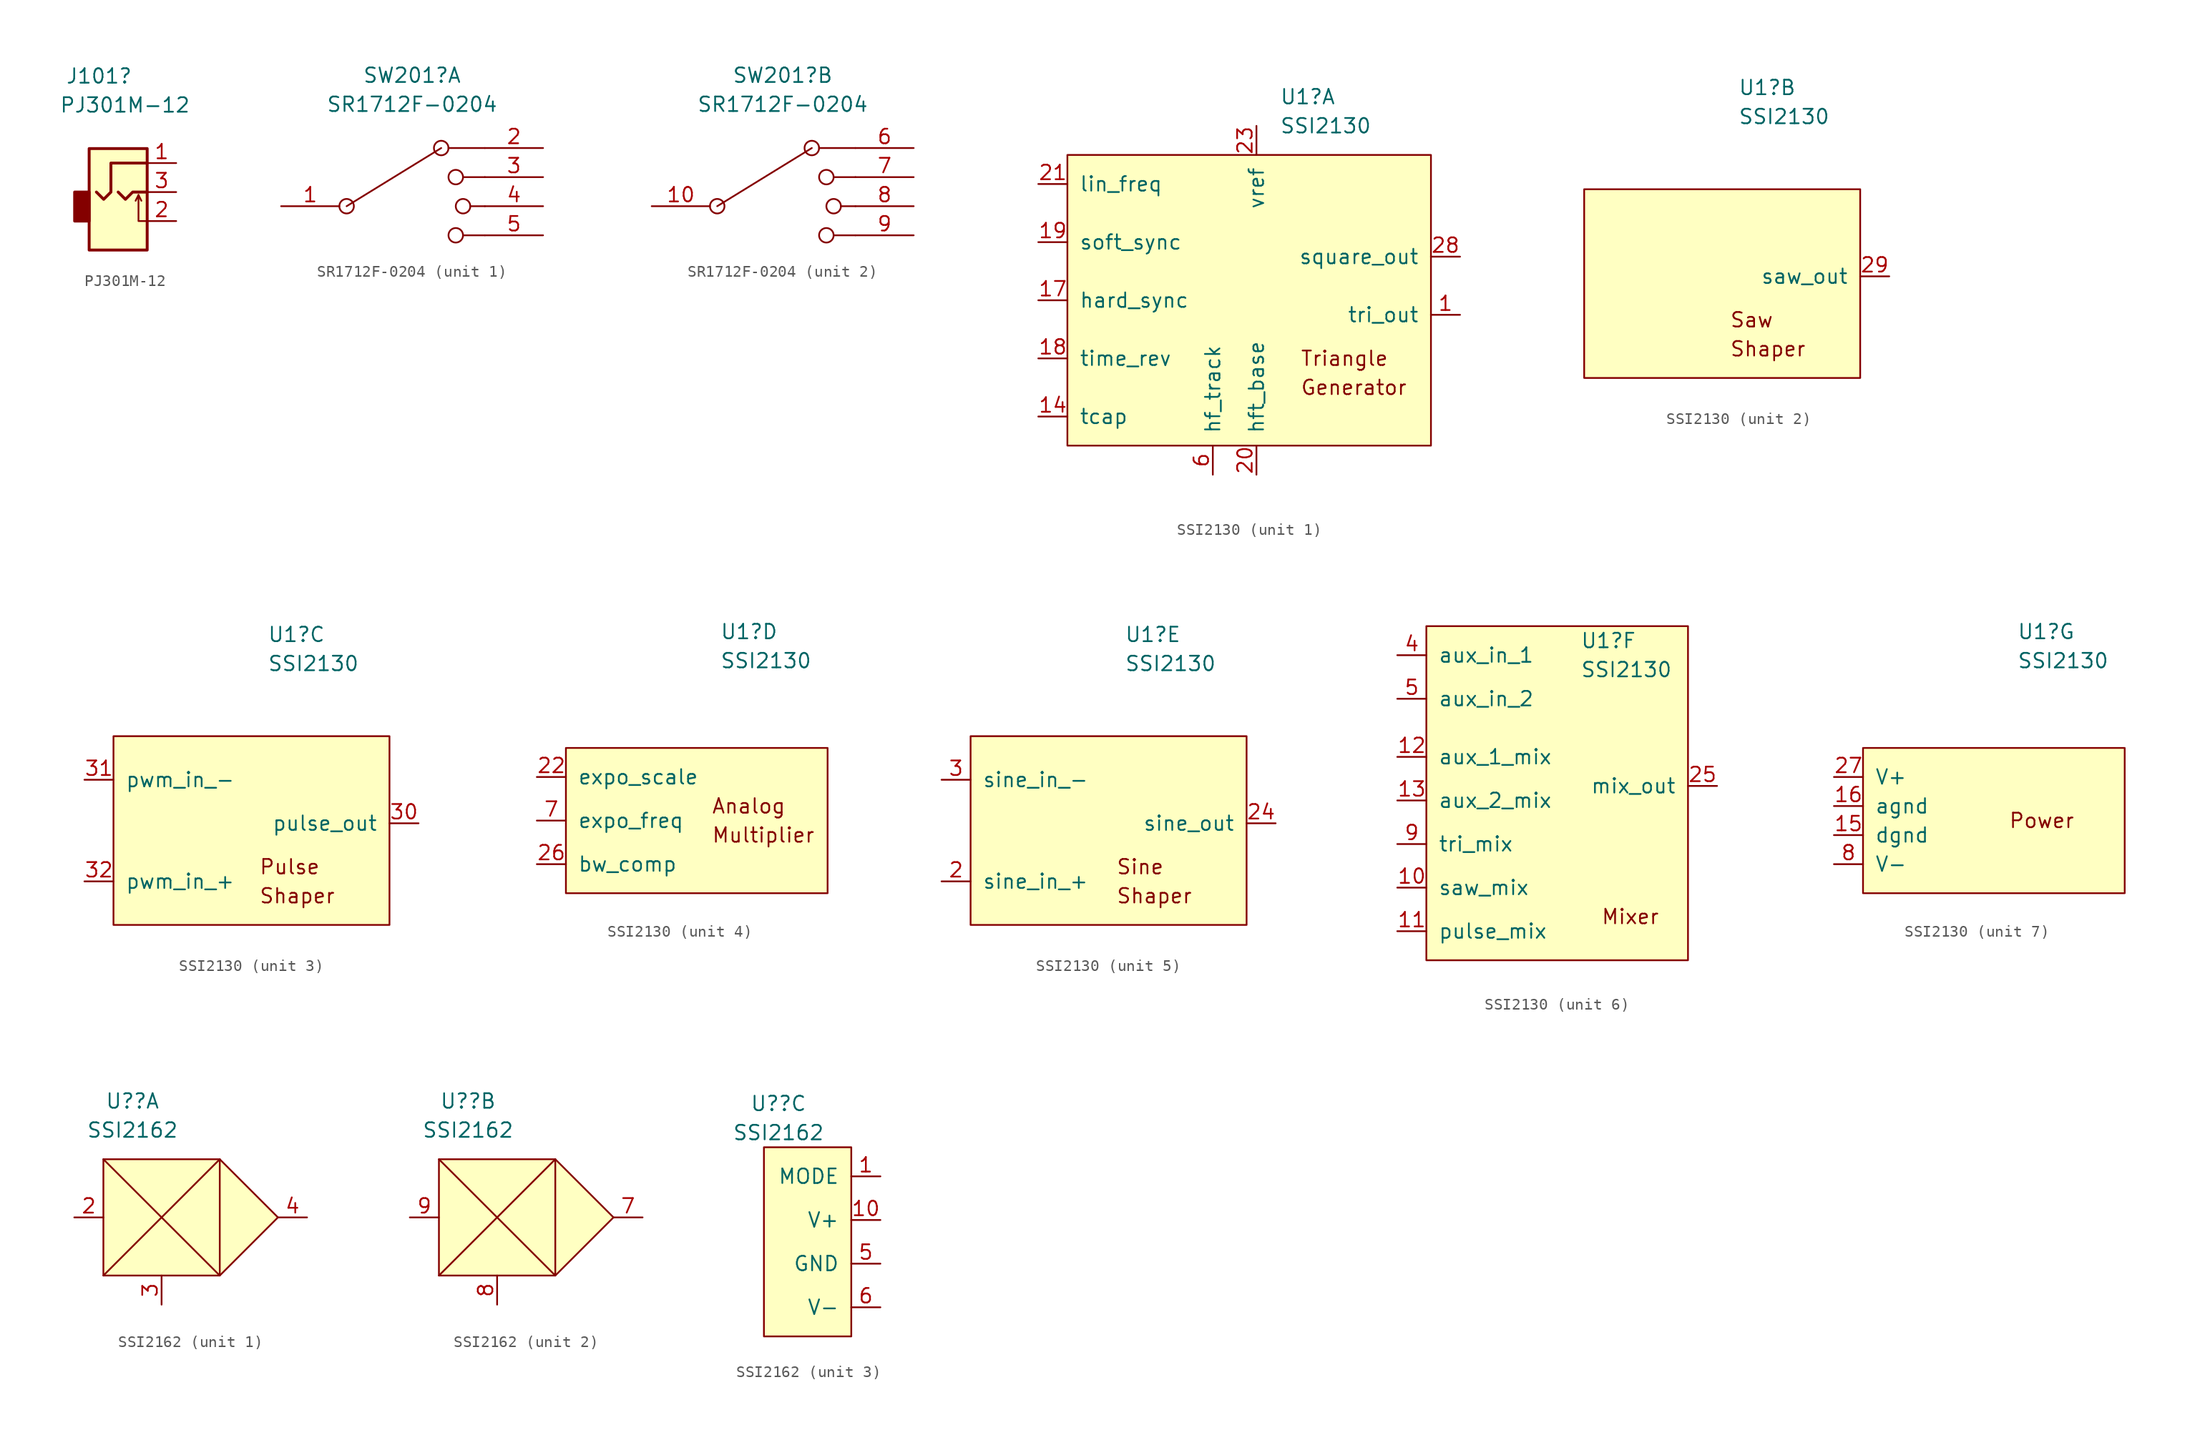
<source format=kicad_sym>
(kicad_symbol_lib
  (version 20211014)
  (generator kicad_symbol_editor)
  (symbol "PJ301M-12"
    (property "Reference" "J101"
      (at 1.27 10.16 0)
      (effects (font (size 1.27 1.27)) (justify right)))
    (property "Value" "PJ301M-12"
      (at 6.35 7.62 0)
      (effects (font (size 1.27 1.27)) (justify right)))
    (symbol "PJ301M-12_0_1"
      (rectangle (start -2.54 0) (end -3.81 -2.54) (stroke (width 0.254) (type default) (color 0 0 0 0)) (fill (type outline)))
      (polyline (pts (xy 1.778 -0.254) (xy 2.032 -0.762)) (stroke (width 0) (type default) (color 0 0 0 0)) (fill (type none)))
      (polyline (pts (xy 0 0) (xy 0.635 -0.635) (xy 1.27 0) (xy 2.54 0)) (stroke (width 0.254) (type default) (color 0 0 0 0)) (fill (type none)))
      (polyline (pts (xy 2.54 -2.54) (xy 1.778 -2.54) (xy 1.778 -0.254) (xy 1.524 -0.762)) (stroke (width 0) (type default) (color 0 0 0 0)) (fill (type none)))
      (polyline (pts (xy 2.54 2.54) (xy -0.635 2.54) (xy -0.635 0) (xy -1.27 -0.635) (xy -1.905 0)) (stroke (width 0.254) (type default) (color 0 0 0 0)) (fill (type none)))
      (rectangle (start 2.54 3.81) (end -2.54 -5.08) (stroke (width 0.254) (type default) (color 0 0 0 0)) (fill (type background))))
    (symbol "PJ301M-12_1_1"
      (pin passive line (at 5.08 2.54 180) (length 2.54) (name "~" (effects (font (size 1.27 1.27)))) (number "1" (effects (font (size 1.27 1.27)))))
      (pin passive line (at 5.08 -2.54 180) (length 2.54) (name "~" (effects (font (size 1.27 1.27)))) (number "2" (effects (font (size 1.27 1.27)))))
      (pin passive line (at 5.08 0 180) (length 2.54) (name "~" (effects (font (size 1.27 1.27)))) (number "3" (effects (font (size 1.27 1.27)))))))
  (symbol "SR1712F-0204"
    (pin_names
      (offset 1.016) hide)
    (property "Reference" "SW201"
      (at 1.27 11.43 0)
      (effects (font (size 1.27 1.27))))
    (property "Value" "SR1712F-0204"
      (at 1.27 8.89 0)
      (effects (font (size 1.27 1.27))))
    (property "ki_locked" ""
      (at 0 0 0)
      (effects (font (size 1.27 1.27))))
    (symbol "SR1712F-0204_0_0"
      (circle (center -4.445 0) (radius 0.635) (stroke (width 0) (type default) (color 0 0 0 0)) (fill (type none)))
      (polyline (pts (xy -4.445 0) (xy 3.81 5.08)) (stroke (width 0) (type default) (color 0 0 0 0)) (fill (type none)))
      (polyline (pts (xy 4.445 5.08) (xy 7.62 5.08)) (stroke (width 0) (type default) (color 0 0 0 0)) (fill (type none)))
      (polyline (pts (xy 5.715 -2.54) (xy 7.62 -2.54)) (stroke (width 0) (type default) (color 0 0 0 0)) (fill (type none)))
      (polyline (pts (xy 5.715 2.54) (xy 7.62 2.54)) (stroke (width 0) (type default) (color 0 0 0 0)) (fill (type none)))
      (polyline (pts (xy 6.35 0) (xy 7.62 0)) (stroke (width 0) (type default) (color 0 0 0 0)) (fill (type none)))
      (circle (center 3.81 5.08) (radius 0.635) (stroke (width 0) (type default) (color 0 0 0 0)) (fill (type none)))
      (circle (center 5.08 -2.54) (radius 0.635) (stroke (width 0) (type default) (color 0 0 0 0)) (fill (type none)))
      (circle (center 5.08 2.54) (radius 0.635) (stroke (width 0) (type default) (color 0 0 0 0)) (fill (type none)))
      (circle (center 5.715 0) (radius 0.635) (stroke (width 0) (type default) (color 0 0 0 0)) (fill (type none))))
    (symbol "SR1712F-0204_1_1"
      (pin passive line (at -10.16 0 0) (length 5.08) (name "1" (effects (font (size 1.27 1.27)))) (number "1" (effects (font (size 1.27 1.27)))))
      (pin passive line (at 12.7 5.08 180) (length 5.08) (name "2" (effects (font (size 1.27 1.27)))) (number "2" (effects (font (size 1.27 1.27)))))
      (pin passive line (at 12.7 2.54 180) (length 5.08) (name "3" (effects (font (size 1.27 1.27)))) (number "3" (effects (font (size 1.27 1.27)))))
      (pin passive line (at 12.7 0 180) (length 5.08) (name "4" (effects (font (size 1.27 1.27)))) (number "4" (effects (font (size 1.27 1.27)))))
      (pin passive line (at 12.7 -2.54 180) (length 5.08) (name "5" (effects (font (size 1.27 1.27)))) (number "5" (effects (font (size 1.27 1.27))))))
    (symbol "SR1712F-0204_2_1"
      (pin passive line (at -10.16 0 0) (length 5.08) (name "10" (effects (font (size 1.27 1.27)))) (number "10" (effects (font (size 1.27 1.27)))))
      (pin passive line (at 12.7 5.08 180) (length 5.08) (name "6" (effects (font (size 1.27 1.27)))) (number "6" (effects (font (size 1.27 1.27)))))
      (pin passive line (at 12.7 2.54 180) (length 5.08) (name "7" (effects (font (size 1.27 1.27)))) (number "7" (effects (font (size 1.27 1.27)))))
      (pin passive line (at 12.7 0 180) (length 5.08) (name "8" (effects (font (size 1.27 1.27)))) (number "8" (effects (font (size 1.27 1.27)))))
      (pin passive line (at 12.7 -2.54 180) (length 5.08) (name "9" (effects (font (size 1.27 1.27)))) (number "9" (effects (font (size 1.27 1.27)))))))
  (symbol "SSI2130"
    (pin_names
      (offset 1.016))
    (property "Reference" "U1"
      (at 2.019 16.51 0)
      (effects (font (size 1.27 1.27)) (justify left)))
    (property "Value" "SSI2130"
      (at 2.019 13.97 0)
      (effects (font (size 1.27 1.27)) (justify left)))
    (property "ki_locked" ""
      (at 0 0 0)
      (effects (font (size 1.27 1.27))))
    (symbol "SSI2130_1_0"
      (polyline (pts (xy -16.51 11.43) (xy -16.51 -13.97) (xy 15.24 -13.97) (xy 15.24 11.43) (xy 6.35 11.43) (xy -16.51 11.43)) (stroke (width 0) (type default) (color 0 0 0 0)) (fill (type background)))
      (text "Generator" (at 3.81 -8.89 0) (effects (font (size 1.27 1.27)) (justify left)))
      (text "Triangle" (at 3.81 -6.35 0) (effects (font (size 1.27 1.27)) (justify left))))
    (symbol "SSI2130_1_1"
      (pin output line (at 17.78 -2.54 180) (length 2.54) (name "tri_out" (effects (font (size 1.27 1.27)))) (number "1" (effects (font (size 1.27 1.27)))))
      (pin input line (at -19.05 -11.43 0) (length 2.54) (name "tcap" (effects (font (size 1.27 1.27)))) (number "14" (effects (font (size 1.27 1.27)))))
      (pin input line (at -19.05 -1.27 0) (length 2.54) (name "hard_sync" (effects (font (size 1.27 1.27)))) (number "17" (effects (font (size 1.27 1.27)))))
      (pin input line (at -19.05 -6.35 0) (length 2.54) (name "time_rev" (effects (font (size 1.27 1.27)))) (number "18" (effects (font (size 1.27 1.27)))))
      (pin input line (at -19.05 3.81 0) (length 2.54) (name "soft_sync" (effects (font (size 1.27 1.27)))) (number "19" (effects (font (size 1.27 1.27)))))
      (pin input line (at 0 -16.51 90) (length 2.54) (name "hft_base" (effects (font (size 1.27 1.27)))) (number "20" (effects (font (size 1.27 1.27)))))
      (pin input line (at -19.05 8.89 0) (length 2.54) (name "lin_freq" (effects (font (size 1.27 1.27)))) (number "21" (effects (font (size 1.27 1.27)))))
      (pin input line (at 0 13.97 270) (length 2.54) (name "vref" (effects (font (size 1.27 1.27)))) (number "23" (effects (font (size 1.27 1.27)))))
      (pin output line (at 17.78 2.54 180) (length 2.54) (name "square_out" (effects (font (size 1.27 1.27)))) (number "28" (effects (font (size 1.27 1.27)))))
      (pin input line (at -3.81 -16.51 90) (length 2.54) (name "hf_track" (effects (font (size 1.27 1.27)))) (number "6" (effects (font (size 1.27 1.27))))))
    (symbol "SSI2130_2_1"
      (polyline (pts (xy -11.43 0) (xy -11.43 7.62) (xy 12.7 7.62) (xy 12.7 -8.89) (xy -11.43 -8.89) (xy -11.43 0)) (stroke (width 0) (type default) (color 0 0 0 0)) (fill (type background)))
      (text "Saw" (at 1.27 -3.81 0) (effects (font (size 1.27 1.27)) (justify left)))
      (text "Shaper" (at 1.27 -6.35 0) (effects (font (size 1.27 1.27)) (justify left)))
      (pin output line (at 15.24 0 180) (length 2.54) (name "saw_out" (effects (font (size 1.27 1.27)))) (number "29" (effects (font (size 1.27 1.27))))))
    (symbol "SSI2130_3_1"
      (polyline (pts (xy 12.7 7.62) (xy -11.43 7.62) (xy -11.43 -8.89) (xy 12.7 -8.89) (xy 12.7 7.62)) (stroke (width 0) (type default) (color 0 0 0 0)) (fill (type background)))
      (text "Pulse" (at 1.27 -3.81 0) (effects (font (size 1.27 1.27)) (justify left)))
      (text "Shaper" (at 1.27 -6.35 0) (effects (font (size 1.27 1.27)) (justify left)))
      (pin output line (at 15.24 0 180) (length 2.54) (name "pulse_out" (effects (font (size 1.27 1.27)))) (number "30" (effects (font (size 1.27 1.27)))))
      (pin input line (at -13.97 3.81 0) (length 2.54) (name "pwm_in_-" (effects (font (size 1.27 1.27)))) (number "31" (effects (font (size 1.27 1.27)))))
      (pin input line (at -13.97 -5.08 0) (length 2.54) (name "pwm_in_+" (effects (font (size 1.27 1.27)))) (number "32" (effects (font (size 1.27 1.27))))))
    (symbol "SSI2130_4_1"
      (polyline (pts (xy -11.43 6.35) (xy -11.43 -6.35) (xy 11.43 -6.35) (xy 11.43 6.35) (xy -11.43 6.35)) (stroke (width 0) (type default) (color 0 0 0 0)) (fill (type background)))
      (text "Analog" (at 1.27 1.27 0) (effects (font (size 1.27 1.27)) (justify left)))
      (text "Multiplier" (at 1.27 -1.27 0) (effects (font (size 1.27 1.27)) (justify left)))
      (pin input line (at -13.97 3.81 0) (length 2.54) (name "expo_scale" (effects (font (size 1.27 1.27)))) (number "22" (effects (font (size 1.27 1.27)))))
      (pin input line (at -13.97 -3.81 0) (length 2.54) (name "bw_comp" (effects (font (size 1.27 1.27)))) (number "26" (effects (font (size 1.27 1.27)))))
      (pin input line (at -13.97 0 0) (length 2.54) (name "expo_freq" (effects (font (size 1.27 1.27)))) (number "7" (effects (font (size 1.27 1.27))))))
    (symbol "SSI2130_5_1"
      (polyline (pts (xy -11.43 7.62) (xy -11.43 -8.89) (xy 12.7 -8.89) (xy 12.7 7.62) (xy -11.43 7.62)) (stroke (width 0) (type default) (color 0 0 0 0)) (fill (type background)))
      (text "Shaper" (at 1.27 -6.35 0) (effects (font (size 1.27 1.27)) (justify left)))
      (text "Sine" (at 1.27 -3.81 0) (effects (font (size 1.27 1.27)) (justify left)))
      (pin input line (at -13.97 -5.08 0) (length 2.54) (name "sine_in_+" (effects (font (size 1.27 1.27)))) (number "2" (effects (font (size 1.27 1.27)))))
      (pin output line (at 15.24 0 180) (length 2.54) (name "sine_out" (effects (font (size 1.27 1.27)))) (number "24" (effects (font (size 1.27 1.27)))))
      (pin input line (at -13.97 3.81 0) (length 2.54) (name "sine_in_-" (effects (font (size 1.27 1.27)))) (number "3" (effects (font (size 1.27 1.27))))))
    (symbol "SSI2130_6_1"
      (polyline (pts (xy 11.43 -11.43) (xy -11.43 -11.43) (xy -11.43 10.16) (xy -11.43 17.78) (xy 11.43 17.78) (xy 11.43 -11.43)) (stroke (width 0) (type default) (color 0 0 0 0)) (fill (type background)))
      (text "Mixer" (at 3.81 -7.62 0) (effects (font (size 1.27 1.27)) (justify left)))
      (pin input line (at -13.97 -5.08 0) (length 2.54) (name "saw_mix" (effects (font (size 1.27 1.27)))) (number "10" (effects (font (size 1.27 1.27)))))
      (pin input line (at -13.97 -8.89 0) (length 2.54) (name "pulse_mix" (effects (font (size 1.27 1.27)))) (number "11" (effects (font (size 1.27 1.27)))))
      (pin input line (at -13.97 6.35 0) (length 2.54) (name "aux_1_mix" (effects (font (size 1.27 1.27)))) (number "12" (effects (font (size 1.27 1.27)))))
      (pin input line (at -13.97 2.54 0) (length 2.54) (name "aux_2_mix" (effects (font (size 1.27 1.27)))) (number "13" (effects (font (size 1.27 1.27)))))
      (pin output line (at 13.97 3.81 180) (length 2.54) (name "mix_out" (effects (font (size 1.27 1.27)))) (number "25" (effects (font (size 1.27 1.27)))))
      (pin input line (at -13.97 15.24 0) (length 2.54) (name "aux_in_1" (effects (font (size 1.27 1.27)))) (number "4" (effects (font (size 1.27 1.27)))))
      (pin input line (at -13.97 11.43 0) (length 2.54) (name "aux_in_2" (effects (font (size 1.27 1.27)))) (number "5" (effects (font (size 1.27 1.27)))))
      (pin input line (at -13.97 -1.27 0) (length 2.54) (name "tri_mix" (effects (font (size 1.27 1.27)))) (number "9" (effects (font (size 1.27 1.27))))))
    (symbol "SSI2130_7_1"
      (polyline (pts (xy -11.43 6.35) (xy -11.43 -6.35) (xy 11.43 -6.35) (xy 11.43 6.35) (xy -11.43 6.35)) (stroke (width 0) (type default) (color 0 0 0 0)) (fill (type background)))
      (text "Power" (at 1.27 0 0) (effects (font (size 1.27 1.27)) (justify left)))
      (pin power_in line (at -13.97 -1.27 0) (length 2.54) (name "dgnd" (effects (font (size 1.27 1.27)))) (number "15" (effects (font (size 1.27 1.27)))))
      (pin power_in line (at -13.97 1.27 0) (length 2.54) (name "agnd" (effects (font (size 1.27 1.27)))) (number "16" (effects (font (size 1.27 1.27)))))
      (pin power_in line (at -13.97 3.81 0) (length 2.54) (name "V+" (effects (font (size 1.27 1.27)))) (number "27" (effects (font (size 1.27 1.27)))))
      (pin power_in line (at -13.97 -3.81 0) (length 2.54) (name "V-" (effects (font (size 1.27 1.27)))) (number "8" (effects (font (size 1.27 1.27)))))))
  (symbol "SSI2162"
    (pin_names
      (offset 1.016))
    (property "Reference" "U?"
      (at -2.54 10.16 0)
      (effects (font (size 1.27 1.27))))
    (property "Value" "SSI2162"
      (at -2.54 7.62 0)
      (effects (font (size 1.27 1.27))))
    (property "ki_locked" ""
      (at 0 0 0)
      (effects (font (size 1.27 1.27))))
    (symbol "SSI2162_1_1"
      (rectangle (start -5.08 5.08) (end 5.08 -5.08) (stroke (width 0) (type default) (color 0 0 0 0)) (fill (type background)))
      (polyline (pts (xy 5.08 5.08) (xy -5.08 -5.08)) (stroke (width 0) (type default) (color 0 0 0 0)) (fill (type none)))
      (polyline (pts (xy 5.08 5.08) (xy 10.16 0) (xy 5.08 -5.08) (xy -5.08 5.08)) (stroke (width 0) (type default) (color 0 0 0 0)) (fill (type background)))
      (pin input line (at -7.62 0 0) (length 2.54) (name "~" (effects (font (size 1.27 1.27)))) (number "2" (effects (font (size 1.27 1.27)))))
      (pin input line (at 0 -7.62 90) (length 2.54) (name "~" (effects (font (size 1.27 1.27)))) (number "3" (effects (font (size 1.27 1.27)))))
      (pin output line (at 12.7 0 180) (length 2.54) (name "~" (effects (font (size 1.27 1.27)))) (number "4" (effects (font (size 1.27 1.27))))))
    (symbol "SSI2162_2_1"
      (rectangle (start -5.08 5.08) (end 5.08 -5.08) (stroke (width 0) (type default) (color 0 0 0 0)) (fill (type background)))
      (polyline (pts (xy 5.08 5.08) (xy -5.08 -5.08)) (stroke (width 0) (type default) (color 0 0 0 0)) (fill (type none)))
      (polyline (pts (xy 5.08 5.08) (xy 10.16 0) (xy 5.08 -5.08) (xy -5.08 5.08)) (stroke (width 0) (type default) (color 0 0 0 0)) (fill (type background)))
      (pin output line (at 12.7 0 180) (length 2.54) (name "~" (effects (font (size 1.27 1.27)))) (number "7" (effects (font (size 1.27 1.27)))))
      (pin input line (at 0 -7.62 90) (length 2.54) (name "~" (effects (font (size 1.27 1.27)))) (number "8" (effects (font (size 1.27 1.27)))))
      (pin input line (at -7.62 0 0) (length 2.54) (name "~" (effects (font (size 1.27 1.27)))) (number "9" (effects (font (size 1.27 1.27))))))
    (symbol "SSI2162_3_1"
      (rectangle (start 3.81 -10.16) (end -3.81 6.35) (stroke (width 0) (type default) (color 0 0 0 0)) (fill (type background)))
      (pin input line (at 6.35 3.81 180) (length 2.54) (name "MODE" (effects (font (size 1.27 1.27)))) (number "1" (effects (font (size 1.27 1.27)))))
      (pin power_in line (at 6.35 0 180) (length 2.54) (name "V+" (effects (font (size 1.27 1.27)))) (number "10" (effects (font (size 1.27 1.27)))))
      (pin power_in line (at 6.35 -3.81 180) (length 2.54) (name "GND" (effects (font (size 1.27 1.27)))) (number "5" (effects (font (size 1.27 1.27)))))
      (pin power_in line (at 6.35 -7.62 180) (length 2.54) (name "V-" (effects (font (size 1.27 1.27)))) (number "6" (effects (font (size 1.27 1.27))))))))
</source>
